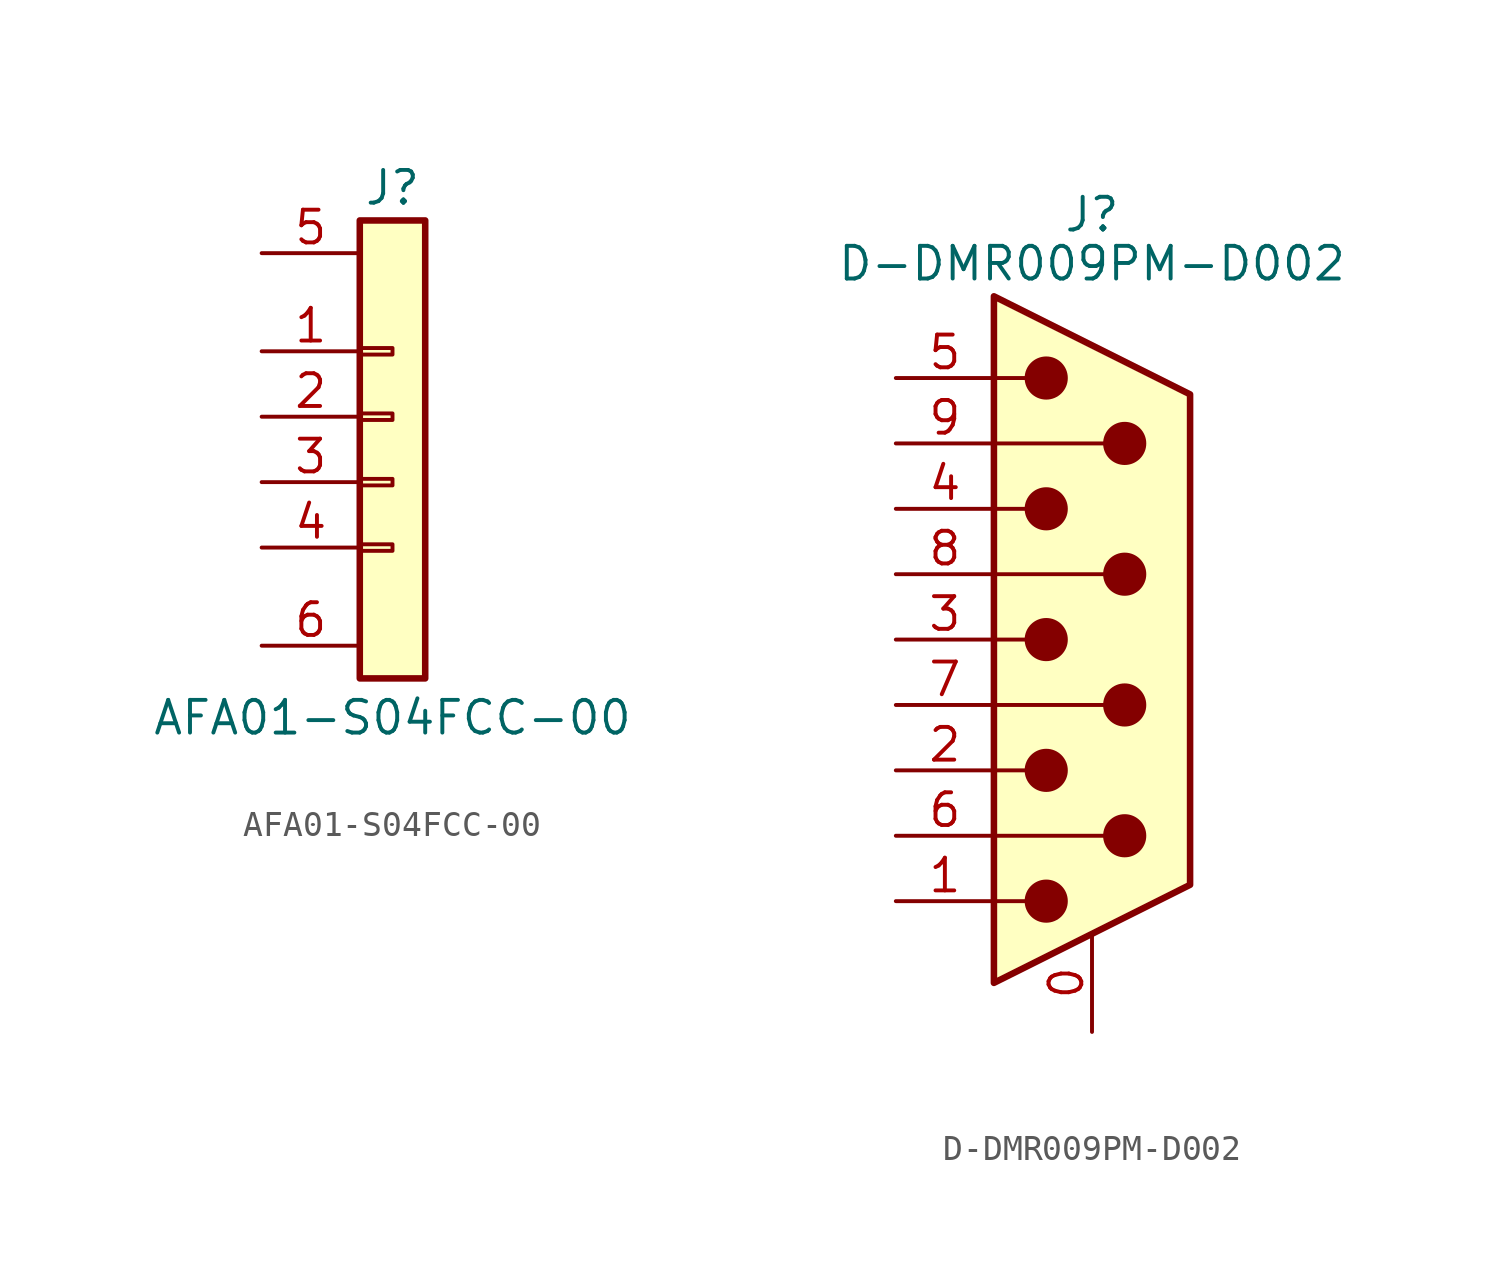
<source format=kicad_sym>
(kicad_symbol_lib
  (version 20241209)
  (generator "kicad_symbol_editor")
  (generator_version "9.0")
  (symbol "AFA01-S04FCC-00"
    (pin_names
      (offset 1.016)
      (hide yes))
    (property "Reference" "J"
      (at 0 8.89 0)
      (effects (font (size 1.27 1.27))))
    (property "Value" "AFA01-S04FCC-00"
      (at 0 -11.684 0)
      (effects (font (size 1.27 1.27))))
    (symbol "AFA01-S04FCC-00_1_0"
      (pin passive line (at -5.08 6.35 0) (length 3.81) (name "Pin_5" (effects (font (size 1.27 1.27)))) (number "5" (effects (font (size 1.27 1.27)))))
      (pin passive line (at -5.08 -8.89 0) (length 3.81) (name "Pin_6" (effects (font (size 1.27 1.27)))) (number "6" (effects (font (size 1.27 1.27))))))
    (symbol "AFA01-S04FCC-00_1_1"
      (rectangle (start -1.27 7.62) (end 1.27 -10.16) (stroke (width 0.254) (type default)) (fill (type background)))
      (rectangle (start -1.27 2.667) (end 0 2.413) (stroke (width 0.152) (type default)) (fill (type none)))
      (rectangle (start -1.27 0.127) (end 0 -0.127) (stroke (width 0.152) (type default)) (fill (type none)))
      (rectangle (start -1.27 -2.413) (end 0 -2.667) (stroke (width 0.152) (type default)) (fill (type none)))
      (rectangle (start -1.27 -4.953) (end 0 -5.207) (stroke (width 0.152) (type default)) (fill (type none)))
      (pin passive line (at -5.08 2.54 0) (length 3.81) (name "Pin_1" (effects (font (size 1.27 1.27)))) (number "1" (effects (font (size 1.27 1.27)))))
      (pin passive line (at -5.08 0 0) (length 3.81) (name "Pin_2" (effects (font (size 1.27 1.27)))) (number "2" (effects (font (size 1.27 1.27)))))
      (pin passive line (at -5.08 -2.54 0) (length 3.81) (name "Pin_3" (effects (font (size 1.27 1.27)))) (number "3" (effects (font (size 1.27 1.27)))))
      (pin passive line (at -5.08 -5.08 0) (length 3.81) (name "Pin_4" (effects (font (size 1.27 1.27)))) (number "4" (effects (font (size 1.27 1.27)))))))
  (symbol "D-DMR009PM-D002"
    (pin_names
      (offset 1.016)
      (hide yes))
    (property "Reference" "J"
      (at 0 16.51 0)
      (effects (font (size 1.27 1.27))))
    (property "Value" "D-DMR009PM-D002"
      (at 0 14.605 0)
      (effects (font (size 1.27 1.27))))
    (symbol "D-DMR009PM-D002_0_1"
      (polyline (pts (xy -3.81 10.16) (xy -2.54 10.16)) (stroke (width 0) (type default)) (fill (type none)))
      (polyline (pts (xy -3.81 7.62) (xy 0.508 7.62)) (stroke (width 0) (type default)) (fill (type none)))
      (polyline (pts (xy -3.81 5.08) (xy -2.54 5.08)) (stroke (width 0) (type default)) (fill (type none)))
      (polyline (pts (xy -3.81 2.54) (xy 0.508 2.54)) (stroke (width 0) (type default)) (fill (type none)))
      (polyline (pts (xy -3.81 0) (xy -2.54 0)) (stroke (width 0) (type default)) (fill (type none)))
      (polyline (pts (xy -3.81 -2.54) (xy 0.508 -2.54)) (stroke (width 0) (type default)) (fill (type none)))
      (polyline (pts (xy -3.81 -5.08) (xy -2.54 -5.08)) (stroke (width 0) (type default)) (fill (type none)))
      (polyline (pts (xy -3.81 -7.62) (xy 0.508 -7.62)) (stroke (width 0) (type default)) (fill (type none)))
      (polyline (pts (xy -3.81 -10.16) (xy -2.54 -10.16)) (stroke (width 0) (type default)) (fill (type none)))
      (polyline (pts (xy -3.81 -13.335) (xy -3.81 13.335) (xy 3.81 9.525) (xy 3.81 -9.525) (xy -3.81 -13.335)) (stroke (width 0.254) (type default)) (fill (type background)))
      (circle (center -1.778 10.16) (radius 0.762) (stroke (width 0) (type default)) (fill (type outline)))
      (circle (center -1.778 5.08) (radius 0.762) (stroke (width 0) (type default)) (fill (type outline)))
      (circle (center -1.778 0) (radius 0.762) (stroke (width 0) (type default)) (fill (type outline)))
      (circle (center -1.778 -5.08) (radius 0.762) (stroke (width 0) (type default)) (fill (type outline)))
      (circle (center -1.778 -10.16) (radius 0.762) (stroke (width 0) (type default)) (fill (type outline)))
      (circle (center 1.27 7.62) (radius 0.762) (stroke (width 0) (type default)) (fill (type outline)))
      (circle (center 1.27 2.54) (radius 0.762) (stroke (width 0) (type default)) (fill (type outline)))
      (circle (center 1.27 -2.54) (radius 0.762) (stroke (width 0) (type default)) (fill (type outline)))
      (circle (center 1.27 -7.62) (radius 0.762) (stroke (width 0) (type default)) (fill (type outline))))
    (symbol "D-DMR009PM-D002_1_1"
      (pin passive line (at -7.62 10.16 0) (length 3.81) (name "5" (effects (font (size 1.27 1.27)))) (number "5" (effects (font (size 1.27 1.27)))))
      (pin passive line (at -7.62 7.62 0) (length 3.81) (name "9" (effects (font (size 1.27 1.27)))) (number "9" (effects (font (size 1.27 1.27)))))
      (pin passive line (at -7.62 5.08 0) (length 3.81) (name "4" (effects (font (size 1.27 1.27)))) (number "4" (effects (font (size 1.27 1.27)))))
      (pin passive line (at -7.62 2.54 0) (length 3.81) (name "8" (effects (font (size 1.27 1.27)))) (number "8" (effects (font (size 1.27 1.27)))))
      (pin passive line (at -7.62 0 0) (length 3.81) (name "3" (effects (font (size 1.27 1.27)))) (number "3" (effects (font (size 1.27 1.27)))))
      (pin passive line (at -7.62 -2.54 0) (length 3.81) (name "7" (effects (font (size 1.27 1.27)))) (number "7" (effects (font (size 1.27 1.27)))))
      (pin passive line (at -7.62 -5.08 0) (length 3.81) (name "2" (effects (font (size 1.27 1.27)))) (number "2" (effects (font (size 1.27 1.27)))))
      (pin passive line (at -7.62 -7.62 0) (length 3.81) (name "6" (effects (font (size 1.27 1.27)))) (number "6" (effects (font (size 1.27 1.27)))))
      (pin passive line (at -7.62 -10.16 0) (length 3.81) (name "1" (effects (font (size 1.27 1.27)))) (number "1" (effects (font (size 1.27 1.27)))))
      (pin passive line (at 0 -15.24 90) (length 3.81) (name "PAD" (effects (font (size 1.27 1.27)))) (number "0" (effects (font (size 1.27 1.27))))))))
</source>
